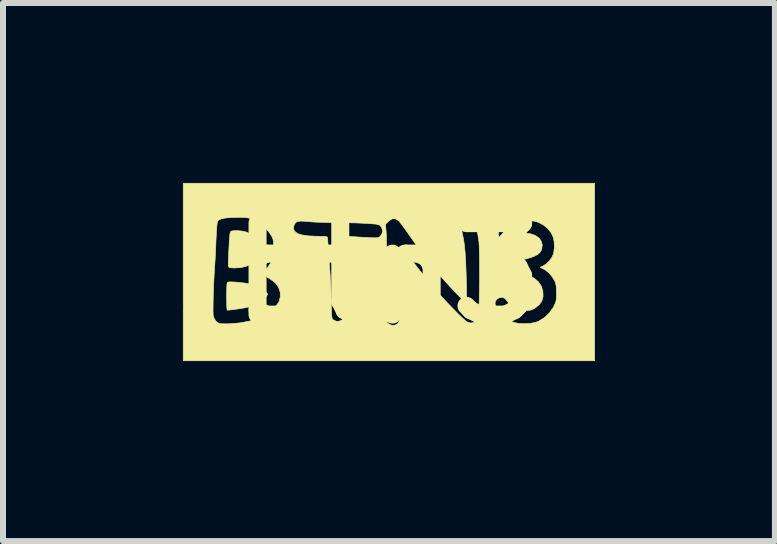
<source format=kicad_pcb>
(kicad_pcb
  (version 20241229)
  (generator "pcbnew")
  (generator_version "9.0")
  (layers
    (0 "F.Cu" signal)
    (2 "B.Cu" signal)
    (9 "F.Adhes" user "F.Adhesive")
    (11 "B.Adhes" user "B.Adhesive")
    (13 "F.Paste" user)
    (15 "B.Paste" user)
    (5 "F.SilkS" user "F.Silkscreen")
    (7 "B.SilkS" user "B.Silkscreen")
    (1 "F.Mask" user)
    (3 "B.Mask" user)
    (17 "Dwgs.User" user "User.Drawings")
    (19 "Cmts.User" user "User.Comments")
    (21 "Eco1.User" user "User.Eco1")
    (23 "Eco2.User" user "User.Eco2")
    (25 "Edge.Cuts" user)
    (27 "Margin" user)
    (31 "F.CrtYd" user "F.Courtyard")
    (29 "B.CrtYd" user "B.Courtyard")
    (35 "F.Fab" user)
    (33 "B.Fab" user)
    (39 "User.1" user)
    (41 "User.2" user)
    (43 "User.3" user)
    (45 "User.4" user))
  (footprint "btn3"
    (layer "F.Cu")
    (at 3.421 1.505)
    (property "Reference" "btn3" (at 0 0 0) (layer "F.SilkS") (effects (font (size 1.524 1.524) (thickness 0.3))))
    (attr through_hole)
    (fp_poly (pts (xy -2.492 -0.708) (xy -2.434 -0.702) (xy -2.382 -0.692) (xy -2.374 -0.69) (xy -2.299 -0.657) (xy -2.228 -0.609) (xy -2.171 -0.552) (xy -2.16 -0.537) (xy -2.137 -0.48) (xy -2.129 -0.412) (xy -2.139 -0.34) (xy -2.158 -0.286) (xy -2.206 -0.215) (xy -2.275 -0.159) (xy -2.361 -0.117) (xy -2.459 -0.093) (xy -2.567 -0.087) (xy -2.609 -0.09) (xy -2.628 -0.091) (xy -2.642 -0.092) (xy -2.652 -0.097) (xy -2.66 -0.109) (xy -2.664 -0.13) (xy -2.665 -0.164) (xy -2.664 -0.213) (xy -2.661 -0.281) (xy -2.657 -0.371) (xy -2.653 -0.441) (xy -2.648 -0.537) (xy -2.642 -0.608) (xy -2.637 -0.657) (xy -2.63 -0.687) (xy -2.623 -0.698) (xy -2.595 -0.706) (xy -2.548 -0.71) (xy -2.492 -0.708)) (stroke (width 0.01) (type solid)) (fill yes) (layer "F.SilkS"))
    (fp_poly (pts (xy -2.56 0.147) (xy -2.534 0.149) (xy -2.464 0.155) (xy -2.394 0.164) (xy -2.335 0.174) (xy -2.31 0.18) (xy -2.242 0.203) (xy -2.175 0.232) (xy -2.114 0.263) (xy -2.062 0.295) (xy -2.026 0.323) (xy -2.01 0.347) (xy -2.009 0.351) (xy -2.018 0.366) (xy -2.039 0.394) (xy -2.056 0.413) (xy -2.117 0.466) (xy -2.196 0.513) (xy -2.287 0.551) (xy -2.344 0.567) (xy -2.389 0.577) (xy -2.448 0.587) (xy -2.515 0.597) (xy -2.581 0.606) (xy -2.639 0.613) (xy -2.679 0.616) (xy -2.683 0.616) (xy -2.686 0.604) (xy -2.689 0.569) (xy -2.691 0.516) (xy -2.692 0.45) (xy -2.693 0.405) (xy -2.692 0.331) (xy -2.691 0.264) (xy -2.689 0.211) (xy -2.687 0.177) (xy -2.685 0.167) (xy -2.68 0.156) (xy -2.67 0.148) (xy -2.65 0.145) (xy -2.615 0.145) (xy -2.56 0.147)) (stroke (width 0.01) (type solid)) (fill yes) (layer "F.SilkS"))
    (fp_poly (pts (xy 3.443 1.46) (xy -3.416 1.46) (xy -3.416 0.575) (xy -2.919 0.575) (xy -2.919 0.643) (xy -2.917 0.691) (xy -2.915 0.713) (xy -2.898 0.758) (xy -2.869 0.8) (xy -2.865 0.803) (xy -2.845 0.822) (xy -2.825 0.834) (xy -2.8 0.841) (xy -2.763 0.843) (xy -2.705 0.844) (xy -2.702 0.844) (xy -2.63 0.842) (xy -2.546 0.835) (xy -2.466 0.827) (xy -2.445 0.824) (xy -2.285 0.792) (xy -2.148 0.748) (xy -2.075 0.716) (xy -2.023 0.683) (xy -1.965 0.638) (xy -1.909 0.587) (xy -1.861 0.535) (xy -1.827 0.489) (xy -1.82 0.476) (xy -1.798 0.395) (xy -1.8 0.314) (xy -1.826 0.236) (xy -1.875 0.168) (xy -1.884 0.158) (xy -1.913 0.135) (xy -1.956 0.105) (xy -2.004 0.074) (xy -2.05 0.046) (xy -2.085 0.027) (xy -2.095 0.023) (xy -2.094 0.011) (xy -2.078 -0.014) (xy -2.049 -0.048) (xy -2.045 -0.052) (xy -2.005 -0.101) (xy -1.967 -0.158) (xy -1.945 -0.198) (xy -1.928 -0.237) (xy -1.918 -0.272) (xy -1.912 -0.312) (xy -1.91 -0.365) (xy -1.909 -0.415) (xy -1.91 -0.481) (xy -1.913 -0.528) (xy -1.919 -0.563) (xy -1.93 -0.594) (xy -1.944 -0.623) (xy -1.997 -0.699) (xy -2.064 -0.767) (xy -1.579 -0.767) (xy -1.573 -0.725) (xy -1.544 -0.685) (xy -1.544 -0.684) (xy -1.5 -0.657) (xy -1.431 -0.637) (xy -1.337 -0.623) (xy -1.217 -0.617) (xy -1.158 -0.616) (xy -1.088 -0.615) (xy -1.043 -0.612) (xy -1.018 -0.605) (xy -1.013 -0.599) (xy -1.01 -0.581) (xy -1.006 -0.541) (xy -1.002 -0.483) (xy -0.997 -0.413) (xy -0.992 -0.348) (xy -0.986 -0.253) (xy -0.979 -0.149) (xy -0.972 -0.047) (xy -0.966 0.043) (xy -0.964 0.074) (xy -0.959 0.154) (xy -0.955 0.251) (xy -0.951 0.355) (xy -0.948 0.457) (xy -0.947 0.507) (xy -0.946 0.594) (xy -0.944 0.658) (xy -0.942 0.704) (xy -0.938 0.734) (xy -0.933 0.754) (xy -0.925 0.767) (xy -0.915 0.777) (xy -0.912 0.779) (xy -0.867 0.8) (xy -0.818 0.801) (xy -0.774 0.781) (xy -0.766 0.772) (xy -0.741 0.737) (xy -0.723 0.695) (xy -0.719 0.665) (xy -0.717 0.611) (xy -0.718 0.534) (xy -0.72 0.437) (xy -0.725 0.323) (xy -0.731 0.194) (xy -0.74 0.052) (xy -0.75 -0.101) (xy -0.757 -0.208) (xy -0.763 -0.295) (xy -0.769 -0.378) (xy -0.773 -0.452) (xy -0.776 -0.51) (xy -0.777 -0.547) (xy -0.777 -0.548) (xy -0.777 -0.62) (xy -0.626 -0.612) (xy -0.503 -0.604) (xy -0.404 -0.598) (xy -0.326 -0.594) (xy -0.266 -0.591) (xy -0.222 -0.59) (xy -0.191 -0.591) (xy -0.169 -0.593) (xy -0.155 -0.597) (xy -0.146 -0.603) (xy -0.138 -0.611) (xy -0.129 -0.62) (xy -0.1 -0.666) (xy -0.094 -0.718) (xy -0.113 -0.768) (xy -0.124 -0.783) (xy -0.137 -0.796) (xy -0.152 -0.806) (xy -0.174 -0.813) (xy -0.192 -0.816) (xy -0.044 -0.816) (xy -0.032 -0.673) (xy -0.03 -0.63) (xy -0.028 -0.565) (xy -0.026 -0.479) (xy -0.024 -0.376) (xy -0.022 -0.259) (xy -0.021 -0.133) (xy -0.021 0.001) (xy -0.02 0.139) (xy -0.02 0.145) (xy -0.02 0.82) (xy 0.012 0.845) (xy 0.056 0.867) (xy 0.105 0.868) (xy 0.148 0.849) (xy 0.158 0.841) (xy 0.17 0.825) (xy 0.181 0.806) (xy 0.19 0.781) (xy 0.197 0.747) (xy 0.203 0.704) (xy 0.207 0.647) (xy 0.21 0.575) (xy 0.212 0.485) (xy 0.213 0.375) (xy 0.214 0.243) (xy 0.214 0.116) (xy 0.214 -0.457) (xy 0.317 -0.319) (xy 0.412 -0.194) (xy 0.515 -0.061) (xy 0.621 0.072) (xy 0.723 0.196) (xy 0.788 0.275) (xy 0.839 0.333) (xy 0.898 0.398) (xy 0.963 0.468) (xy 1.031 0.538) (xy 1.098 0.607) (xy 1.161 0.671) (xy 1.218 0.726) (xy 1.265 0.77) (xy 1.3 0.8) (xy 1.316 0.812) (xy 1.374 0.83) (xy 1.427 0.824) (xy 1.47 0.794) (xy 1.499 0.743) (xy 1.503 0.73) (xy 1.507 0.701) (xy 1.511 0.648) (xy 1.515 0.576) (xy 1.517 0.497) (xy 1.782 0.497) (xy 1.794 0.566) (xy 1.83 0.635) (xy 1.885 0.699) (xy 1.956 0.756) (xy 2.039 0.8) (xy 2.104 0.823) (xy 2.183 0.838) (xy 2.273 0.842) (xy 2.364 0.837) (xy 2.447 0.822) (xy 2.505 0.802) (xy 2.602 0.743) (xy 2.686 0.665) (xy 2.751 0.574) (xy 2.763 0.552) (xy 2.783 0.508) (xy 2.796 0.473) (xy 2.803 0.436) (xy 2.806 0.389) (xy 2.807 0.329) (xy 2.805 0.26) (xy 2.801 0.211) (xy 2.793 0.171) (xy 2.779 0.134) (xy 2.776 0.127) (xy 2.735 0.059) (xy 2.681 -0.004) (xy 2.62 -0.054) (xy 2.584 -0.074) (xy 2.532 -0.098) (xy 2.583 -0.121) (xy 2.636 -0.155) (xy 2.688 -0.206) (xy 2.73 -0.265) (xy 2.757 -0.323) (xy 2.758 -0.328) (xy 2.772 -0.426) (xy 2.767 -0.53) (xy 2.752 -0.602) (xy 2.718 -0.674) (xy 2.664 -0.742) (xy 2.594 -0.8) (xy 2.515 -0.843) (xy 2.511 -0.845) (xy 2.468 -0.86) (xy 2.426 -0.869) (xy 2.375 -0.874) (xy 2.308 -0.877) (xy 2.284 -0.877) (xy 2.219 -0.877) (xy 2.172 -0.875) (xy 2.136 -0.869) (xy 2.101 -0.858) (xy 2.059 -0.839) (xy 2.021 -0.821) (xy 1.941 -0.777) (xy 1.883 -0.733) (xy 1.847 -0.691) (xy 1.835 -0.655) (xy 1.843 -0.618) (xy 1.862 -0.58) (xy 1.885 -0.551) (xy 1.896 -0.544) (xy 1.925 -0.537) (xy 1.957 -0.54) (xy 1.996 -0.554) (xy 2.049 -0.582) (xy 2.073 -0.596) (xy 2.157 -0.638) (xy 2.23 -0.662) (xy 2.302 -0.667) (xy 2.372 -0.658) (xy 2.451 -0.631) (xy 2.511 -0.59) (xy 2.551 -0.537) (xy 2.569 -0.476) (xy 2.562 -0.409) (xy 2.553 -0.382) (xy 2.528 -0.343) (xy 2.488 -0.309) (xy 2.429 -0.279) (xy 2.347 -0.252) (xy 2.281 -0.234) (xy 2.197 -0.212) (xy 2.138 -0.192) (xy 2.098 -0.17) (xy 2.074 -0.146) (xy 2.064 -0.117) (xy 2.063 -0.1) (xy 2.069 -0.064) (xy 2.09 -0.038) (xy 2.13 -0.017) (xy 2.191 -0.000348) (xy 2.228 0.007) (xy 2.338 0.036) (xy 2.43 0.08) (xy 2.501 0.139) (xy 2.552 0.211) (xy 2.579 0.294) (xy 2.583 0.386) (xy 2.583 0.388) (xy 2.563 0.462) (xy 2.519 0.525) (xy 2.451 0.58) (xy 2.441 0.586) (xy 2.403 0.606) (xy 2.366 0.617) (xy 2.321 0.622) (xy 2.278 0.622) (xy 2.183 0.614) (xy 2.108 0.589) (xy 2.047 0.546) (xy 2.007 0.498) (xy 1.98 0.46) (xy 1.956 0.43) (xy 1.945 0.419) (xy 1.906 0.403) (xy 1.862 0.406) (xy 1.822 0.426) (xy 1.792 0.459) (xy 1.782 0.497) (xy 1.517 0.497) (xy 1.518 0.488) (xy 1.52 0.387) (xy 1.522 0.277) (xy 1.524 0.161) (xy 1.525 0.044) (xy 1.525 -0.072) (xy 1.524 -0.183) (xy 1.523 -0.285) (xy 1.521 -0.374) (xy 1.519 -0.448) (xy 1.515 -0.503) (xy 1.515 -0.513) (xy 1.497 -0.638) (xy 1.474 -0.737) (xy 1.444 -0.812) (xy 1.407 -0.863) (xy 1.363 -0.891) (xy 1.325 -0.898) (xy 1.274 -0.887) (xy 1.24 -0.857) (xy 1.223 -0.806) (xy 1.223 -0.735) (xy 1.24 -0.642) (xy 1.246 -0.619) (xy 1.26 -0.548) (xy 1.273 -0.453) (xy 1.284 -0.332) (xy 1.293 -0.186) (xy 1.3 -0.013) (xy 1.305 0.184) (xy 1.307 0.283) (xy 1.308 0.359) (xy 1.308 0.413) (xy 1.307 0.45) (xy 1.305 0.472) (xy 1.301 0.483) (xy 1.295 0.486) (xy 1.287 0.483) (xy 1.287 0.483) (xy 1.267 0.467) (xy 1.233 0.435) (xy 1.188 0.389) (xy 1.133 0.332) (xy 1.073 0.268) (xy 1.01 0.2) (xy 0.947 0.131) (xy 0.887 0.064) (xy 0.833 0.002) (xy 0.809 -0.027) (xy 0.67 -0.2) (xy 0.522 -0.396) (xy 0.369 -0.611) (xy 0.331 -0.666) (xy 0.285 -0.731) (xy 0.242 -0.79) (xy 0.206 -0.838) (xy 0.178 -0.871) (xy 0.165 -0.883) (xy 0.117 -0.908) (xy 0.069 -0.907) (xy 0.019 -0.878) (xy 0.003 -0.863) (xy -0.044 -0.816) (xy -0.192 -0.816) (xy -0.207 -0.819) (xy -0.257 -0.823) (xy -0.327 -0.828) (xy -0.355 -0.83) (xy -0.431 -0.834) (xy -0.526 -0.838) (xy -0.632 -0.841) (xy -0.742 -0.843) (xy -0.849 -0.844) (xy -0.87 -0.844) (xy -0.97 -0.845) (xy -1.07 -0.847) (xy -1.164 -0.85) (xy -1.246 -0.854) (xy -1.309 -0.858) (xy -1.326 -0.86) (xy -1.406 -0.867) (xy -1.465 -0.869) (xy -1.507 -0.863) (xy -1.535 -0.85) (xy -1.554 -0.828) (xy -1.56 -0.818) (xy -1.579 -0.767) (xy -2.064 -0.767) (xy -2.069 -0.773) (xy -2.156 -0.838) (xy -2.234 -0.881) (xy -2.277 -0.902) (xy -2.311 -0.915) (xy -2.343 -0.924) (xy -2.38 -0.929) (xy -2.428 -0.931) (xy -2.495 -0.931) (xy -2.512 -0.931) (xy -2.629 -0.928) (xy -2.72 -0.919) (xy -2.787 -0.904) (xy -2.829 -0.882) (xy -2.843 -0.866) (xy -2.849 -0.843) (xy -2.855 -0.795) (xy -2.86 -0.728) (xy -2.865 -0.644) (xy -2.869 -0.563) (xy -2.873 -0.463) (xy -2.878 -0.358) (xy -2.883 -0.255) (xy -2.889 -0.163) (xy -2.893 -0.1) (xy -2.899 -0.011) (xy -2.904 0.087) (xy -2.909 0.191) (xy -2.913 0.295) (xy -2.916 0.397) (xy -2.918 0.491) (xy -2.919 0.575) (xy -3.416 0.575) (xy -3.416 -1.5) (xy 3.443 -1.5) (xy 3.443 1.46)) (stroke (width 0.01) (type solid)) (fill yes) (layer "F.SilkS")))
  (gr_rect
    (start -3 -3)
    (end 9.869 5.971)
    (stroke (width 0.1) (type default))
    (fill no)
    (layer "Edge.Cuts")))
</source>
